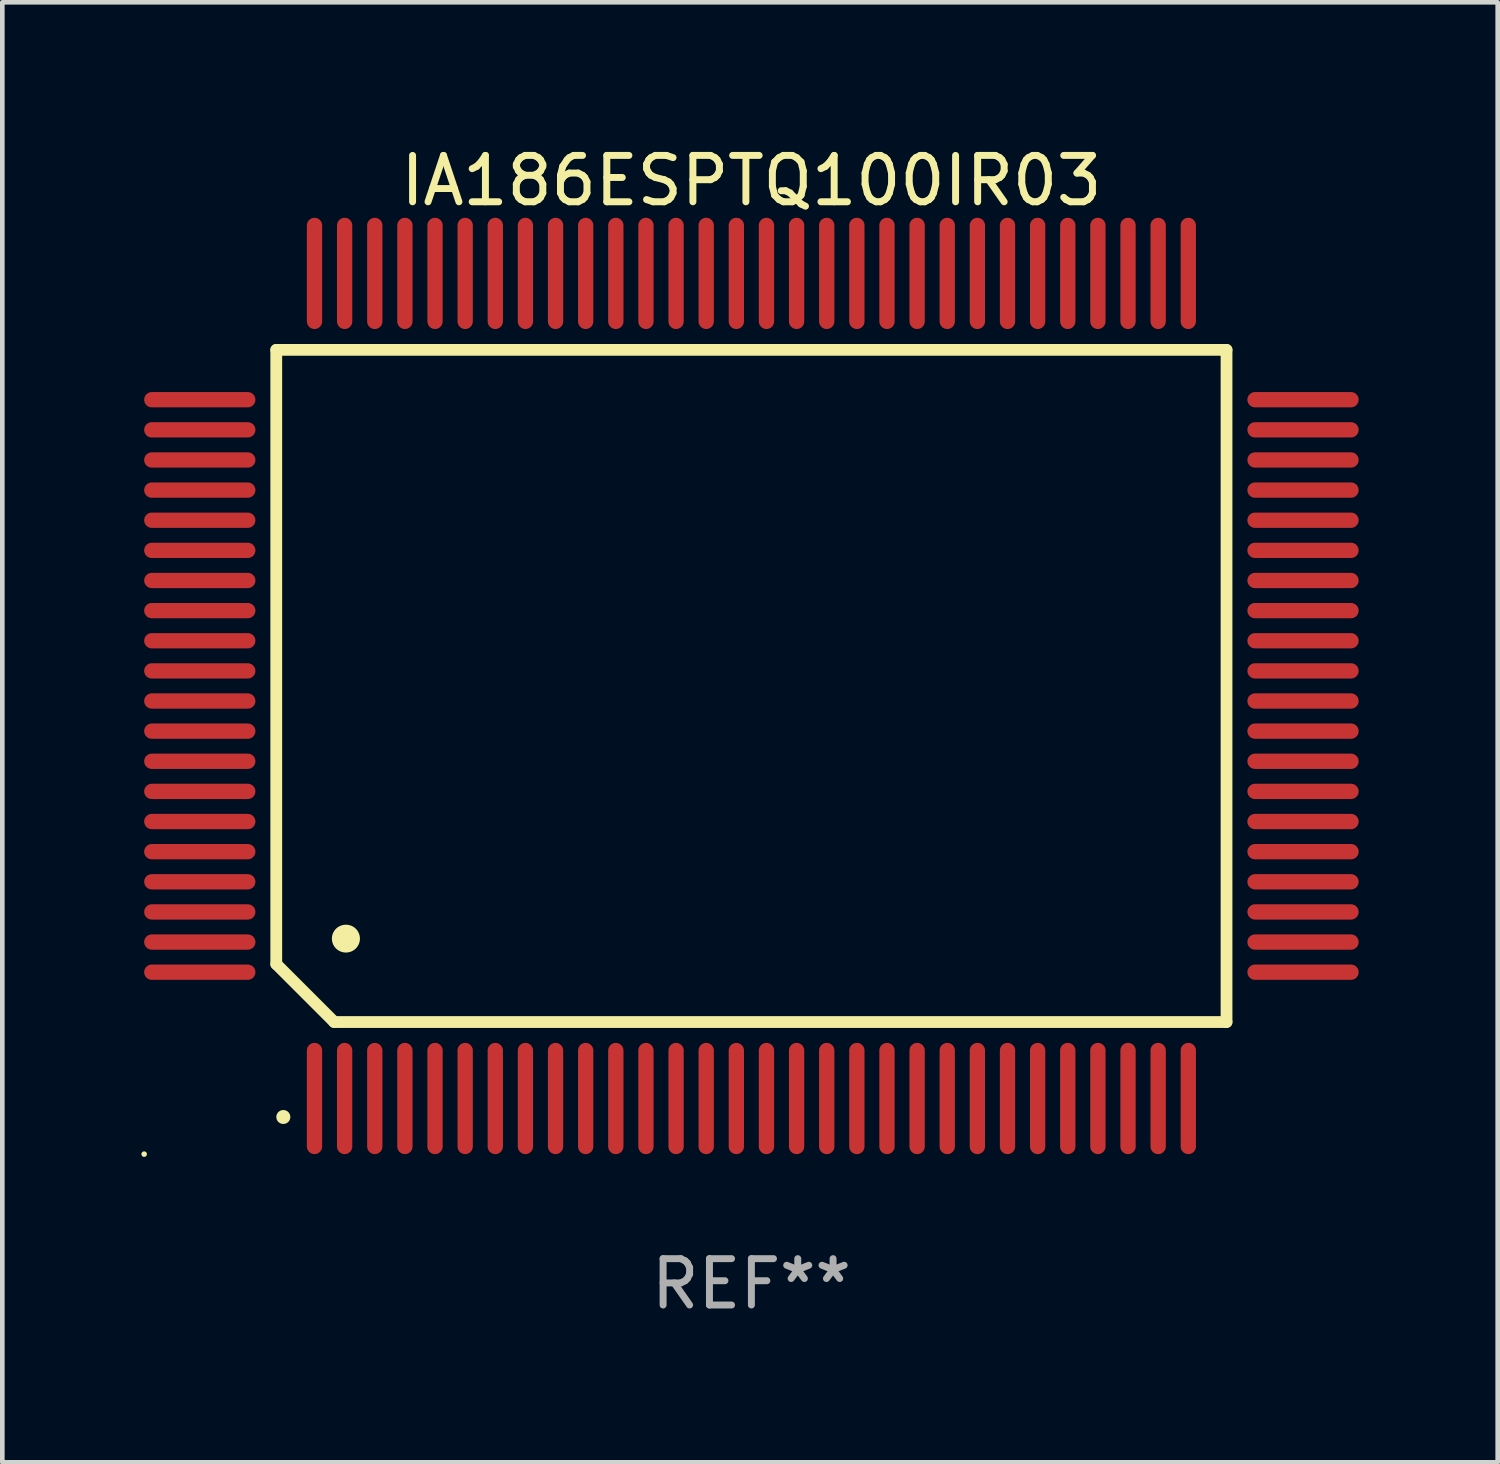
<source format=kicad_pcb>
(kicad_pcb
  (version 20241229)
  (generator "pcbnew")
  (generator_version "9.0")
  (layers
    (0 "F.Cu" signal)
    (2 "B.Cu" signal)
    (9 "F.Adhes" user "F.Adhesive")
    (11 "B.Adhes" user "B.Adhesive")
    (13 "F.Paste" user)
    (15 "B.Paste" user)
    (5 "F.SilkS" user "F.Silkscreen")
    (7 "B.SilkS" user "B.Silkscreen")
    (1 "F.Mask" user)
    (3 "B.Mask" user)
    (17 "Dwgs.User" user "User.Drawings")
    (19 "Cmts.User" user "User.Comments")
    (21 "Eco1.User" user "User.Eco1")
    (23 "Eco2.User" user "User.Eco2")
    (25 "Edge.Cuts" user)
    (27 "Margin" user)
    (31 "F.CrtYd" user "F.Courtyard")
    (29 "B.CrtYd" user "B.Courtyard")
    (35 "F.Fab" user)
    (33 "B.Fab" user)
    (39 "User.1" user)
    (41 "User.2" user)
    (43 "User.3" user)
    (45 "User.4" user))
  (footprint "IA186ESPTQ100IR03"
    (layer "F.Cu")
    (at 13.16 11.748)
    (property "Reference" "IA186ESPTQ100IR03" (at 0 -10.9 0) (layer "F.SilkS") (effects (font (size 1 1) (thickness 0.15))))
    (attr through_hole)
    (fp_line (start -10.25 -7.25) (end 10.25 -7.25) (stroke (width 0.254) (type solid)) (layer "F.SilkS"))
    (fp_line (start -10.25 6) (end -10.25 -7.25) (stroke (width 0.254) (type solid)) (layer "F.SilkS"))
    (fp_line (start -9 7.25) (end -10.25 6) (stroke (width 0.254) (type solid)) (layer "F.SilkS"))
    (fp_line (start 10.25 -7.25) (end 10.25 7.25) (stroke (width 0.254) (type solid)) (layer "F.SilkS"))
    (fp_line (start 10.25 7.25) (end -9 7.25) (stroke (width 0.254) (type solid)) (layer "F.SilkS"))
    (fp_arc (start -10.09906 9.298959) (mid -10.09779 9.298954) (end -10.09652 9.298959) (stroke (width 0.3) (type solid)) (layer "F.SilkS"))
    (fp_arc (start -8.750318 5.450851) (mid -8.747778 5.45084) (end -8.745238 5.450851) (stroke (width 0.6) (type solid)) (layer "F.SilkS"))
    (fp_circle (center -13.1 10.1) (end -13.07 10.1) (stroke (width 0.06) (type solid)) (fill no) (layer "F.SilkS"))
    (fp_text user "REF**" (at 0 12.9 0) (layer "F.Fab") (effects (font (size 1 1) (thickness 0.15))))
    (pad "1" smd oval (at -9.425 8.9 180) (size 0.33 2.4) (layers "F.Cu" "F.Mask" "F.Paste"))
    (pad "2" smd oval (at -8.775 8.9 180) (size 0.33 2.4) (layers "F.Cu" "F.Mask" "F.Paste"))
    (pad "3" smd oval (at -8.125 8.9 180) (size 0.33 2.4) (layers "F.Cu" "F.Mask" "F.Paste"))
    (pad "4" smd oval (at -7.475 8.9 180) (size 0.33 2.4) (layers "F.Cu" "F.Mask" "F.Paste"))
    (pad "5" smd oval (at -6.825 8.9 180) (size 0.33 2.4) (layers "F.Cu" "F.Mask" "F.Paste"))
    (pad "6" smd oval (at -6.175 8.9 180) (size 0.33 2.4) (layers "F.Cu" "F.Mask" "F.Paste"))
    (pad "7" smd oval (at -5.525 8.9 180) (size 0.33 2.4) (layers "F.Cu" "F.Mask" "F.Paste"))
    (pad "8" smd oval (at -4.875 8.9 180) (size 0.33 2.4) (layers "F.Cu" "F.Mask" "F.Paste"))
    (pad "9" smd oval (at -4.225 8.9 180) (size 0.33 2.4) (layers "F.Cu" "F.Mask" "F.Paste"))
    (pad "10" smd oval (at -3.575 8.9 180) (size 0.33 2.4) (layers "F.Cu" "F.Mask" "F.Paste"))
    (pad "11" smd oval (at -2.925 8.9 180) (size 0.33 2.4) (layers "F.Cu" "F.Mask" "F.Paste"))
    (pad "12" smd oval (at -2.275 8.9 180) (size 0.33 2.4) (layers "F.Cu" "F.Mask" "F.Paste"))
    (pad "13" smd oval (at -1.625 8.9 180) (size 0.33 2.4) (layers "F.Cu" "F.Mask" "F.Paste"))
    (pad "14" smd oval (at -0.975 8.9 180) (size 0.33 2.4) (layers "F.Cu" "F.Mask" "F.Paste"))
    (pad "15" smd oval (at -0.325 8.9 180) (size 0.33 2.4) (layers "F.Cu" "F.Mask" "F.Paste"))
    (pad "16" smd oval (at 0.325 8.9 180) (size 0.33 2.4) (layers "F.Cu" "F.Mask" "F.Paste"))
    (pad "17" smd oval (at 0.975 8.9 180) (size 0.33 2.4) (layers "F.Cu" "F.Mask" "F.Paste"))
    (pad "18" smd oval (at 1.625 8.9 180) (size 0.33 2.4) (layers "F.Cu" "F.Mask" "F.Paste"))
    (pad "19" smd oval (at 2.275 8.9 180) (size 0.33 2.4) (layers "F.Cu" "F.Mask" "F.Paste"))
    (pad "20" smd oval (at 2.925 8.9 180) (size 0.33 2.4) (layers "F.Cu" "F.Mask" "F.Paste"))
    (pad "21" smd oval (at 3.575 8.9 180) (size 0.33 2.4) (layers "F.Cu" "F.Mask" "F.Paste"))
    (pad "22" smd oval (at 4.225 8.9 180) (size 0.33 2.4) (layers "F.Cu" "F.Mask" "F.Paste"))
    (pad "23" smd oval (at 4.875 8.9 180) (size 0.33 2.4) (layers "F.Cu" "F.Mask" "F.Paste"))
    (pad "24" smd oval (at 5.525 8.9 180) (size 0.33 2.4) (layers "F.Cu" "F.Mask" "F.Paste"))
    (pad "25" smd oval (at 6.175 8.9 180) (size 0.33 2.4) (layers "F.Cu" "F.Mask" "F.Paste"))
    (pad "26" smd oval (at 6.825 8.9 180) (size 0.33 2.4) (layers "F.Cu" "F.Mask" "F.Paste"))
    (pad "27" smd oval (at 7.475 8.9 180) (size 0.33 2.4) (layers "F.Cu" "F.Mask" "F.Paste"))
    (pad "28" smd oval (at 8.125 8.9 180) (size 0.33 2.4) (layers "F.Cu" "F.Mask" "F.Paste"))
    (pad "29" smd oval (at 8.775 8.9 180) (size 0.33 2.4) (layers "F.Cu" "F.Mask" "F.Paste"))
    (pad "30" smd oval (at 9.425 8.9 180) (size 0.33 2.4) (layers "F.Cu" "F.Mask" "F.Paste"))
    (pad "31" smd oval (at 11.9 6.175 270) (size 0.33 2.4) (layers "F.Cu" "F.Mask" "F.Paste"))
    (pad "32" smd oval (at 11.9 5.525 270) (size 0.33 2.4) (layers "F.Cu" "F.Mask" "F.Paste"))
    (pad "33" smd oval (at 11.9 4.875 270) (size 0.33 2.4) (layers "F.Cu" "F.Mask" "F.Paste"))
    (pad "34" smd oval (at 11.9 4.225 270) (size 0.33 2.4) (layers "F.Cu" "F.Mask" "F.Paste"))
    (pad "35" smd oval (at 11.9 3.575 270) (size 0.33 2.4) (layers "F.Cu" "F.Mask" "F.Paste"))
    (pad "36" smd oval (at 11.9 2.925 270) (size 0.33 2.4) (layers "F.Cu" "F.Mask" "F.Paste"))
    (pad "37" smd oval (at 11.9 2.275 270) (size 0.33 2.4) (layers "F.Cu" "F.Mask" "F.Paste"))
    (pad "38" smd oval (at 11.9 1.625 270) (size 0.33 2.4) (layers "F.Cu" "F.Mask" "F.Paste"))
    (pad "39" smd oval (at 11.9 0.975 270) (size 0.33 2.4) (layers "F.Cu" "F.Mask" "F.Paste"))
    (pad "40" smd oval (at 11.9 0.325 270) (size 0.33 2.4) (layers "F.Cu" "F.Mask" "F.Paste"))
    (pad "41" smd oval (at 11.9 -0.325 270) (size 0.33 2.4) (layers "F.Cu" "F.Mask" "F.Paste"))
    (pad "42" smd oval (at 11.9 -0.975 270) (size 0.33 2.4) (layers "F.Cu" "F.Mask" "F.Paste"))
    (pad "43" smd oval (at 11.9 -1.625 270) (size 0.33 2.4) (layers "F.Cu" "F.Mask" "F.Paste"))
    (pad "44" smd oval (at 11.9 -2.275 270) (size 0.33 2.4) (layers "F.Cu" "F.Mask" "F.Paste"))
    (pad "45" smd oval (at 11.9 -2.925 270) (size 0.33 2.4) (layers "F.Cu" "F.Mask" "F.Paste"))
    (pad "46" smd oval (at 11.9 -3.575 270) (size 0.33 2.4) (layers "F.Cu" "F.Mask" "F.Paste"))
    (pad "47" smd oval (at 11.9 -4.225 270) (size 0.33 2.4) (layers "F.Cu" "F.Mask" "F.Paste"))
    (pad "48" smd oval (at 11.9 -4.875 270) (size 0.33 2.4) (layers "F.Cu" "F.Mask" "F.Paste"))
    (pad "49" smd oval (at 11.9 -5.525 270) (size 0.33 2.4) (layers "F.Cu" "F.Mask" "F.Paste"))
    (pad "50" smd oval (at 11.9 -6.175 270) (size 0.33 2.4) (layers "F.Cu" "F.Mask" "F.Paste"))
    (pad "51" smd oval (at 9.425 -8.9) (size 0.33 2.4) (layers "F.Cu" "F.Mask" "F.Paste"))
    (pad "52" smd oval (at 8.775 -8.9) (size 0.33 2.4) (layers "F.Cu" "F.Mask" "F.Paste"))
    (pad "53" smd oval (at 8.125 -8.9) (size 0.33 2.4) (layers "F.Cu" "F.Mask" "F.Paste"))
    (pad "54" smd oval (at 7.475 -8.9) (size 0.33 2.4) (layers "F.Cu" "F.Mask" "F.Paste"))
    (pad "55" smd oval (at 6.825 -8.9) (size 0.33 2.4) (layers "F.Cu" "F.Mask" "F.Paste"))
    (pad "56" smd oval (at 6.175 -8.9) (size 0.33 2.4) (layers "F.Cu" "F.Mask" "F.Paste"))
    (pad "57" smd oval (at 5.525 -8.9) (size 0.33 2.4) (layers "F.Cu" "F.Mask" "F.Paste"))
    (pad "58" smd oval (at 4.875 -8.9) (size 0.33 2.4) (layers "F.Cu" "F.Mask" "F.Paste"))
    (pad "59" smd oval (at 4.225 -8.9) (size 0.33 2.4) (layers "F.Cu" "F.Mask" "F.Paste"))
    (pad "60" smd oval (at 3.575 -8.9) (size 0.33 2.4) (layers "F.Cu" "F.Mask" "F.Paste"))
    (pad "61" smd oval (at 2.925 -8.9) (size 0.33 2.4) (layers "F.Cu" "F.Mask" "F.Paste"))
    (pad "62" smd oval (at 2.275 -8.9) (size 0.33 2.4) (layers "F.Cu" "F.Mask" "F.Paste"))
    (pad "63" smd oval (at 1.625 -8.9) (size 0.33 2.4) (layers "F.Cu" "F.Mask" "F.Paste"))
    (pad "64" smd oval (at 0.975 -8.9) (size 0.33 2.4) (layers "F.Cu" "F.Mask" "F.Paste"))
    (pad "65" smd oval (at 0.325 -8.9) (size 0.33 2.4) (layers "F.Cu" "F.Mask" "F.Paste"))
    (pad "66" smd oval (at -0.325 -8.9) (size 0.33 2.4) (layers "F.Cu" "F.Mask" "F.Paste"))
    (pad "67" smd oval (at -0.975 -8.9) (size 0.33 2.4) (layers "F.Cu" "F.Mask" "F.Paste"))
    (pad "68" smd oval (at -1.625 -8.9) (size 0.33 2.4) (layers "F.Cu" "F.Mask" "F.Paste"))
    (pad "69" smd oval (at -2.275 -8.9) (size 0.33 2.4) (layers "F.Cu" "F.Mask" "F.Paste"))
    (pad "70" smd oval (at -2.925 -8.9) (size 0.33 2.4) (layers "F.Cu" "F.Mask" "F.Paste"))
    (pad "71" smd oval (at -3.575 -8.9) (size 0.33 2.4) (layers "F.Cu" "F.Mask" "F.Paste"))
    (pad "72" smd oval (at -4.225 -8.9) (size 0.33 2.4) (layers "F.Cu" "F.Mask" "F.Paste"))
    (pad "73" smd oval (at -4.875 -8.9) (size 0.33 2.4) (layers "F.Cu" "F.Mask" "F.Paste"))
    (pad "74" smd oval (at -5.525 -8.9) (size 0.33 2.4) (layers "F.Cu" "F.Mask" "F.Paste"))
    (pad "75" smd oval (at -6.175 -8.9) (size 0.33 2.4) (layers "F.Cu" "F.Mask" "F.Paste"))
    (pad "76" smd oval (at -6.825 -8.9) (size 0.33 2.4) (layers "F.Cu" "F.Mask" "F.Paste"))
    (pad "77" smd oval (at -7.475 -8.9) (size 0.33 2.4) (layers "F.Cu" "F.Mask" "F.Paste"))
    (pad "78" smd oval (at -8.125 -8.9) (size 0.33 2.4) (layers "F.Cu" "F.Mask" "F.Paste"))
    (pad "79" smd oval (at -8.775 -8.9) (size 0.33 2.4) (layers "F.Cu" "F.Mask" "F.Paste"))
    (pad "80" smd oval (at -9.425 -8.9) (size 0.33 2.4) (layers "F.Cu" "F.Mask" "F.Paste"))
    (pad "81" smd oval (at -11.9 -6.175 90) (size 0.33 2.4) (layers "F.Cu" "F.Mask" "F.Paste"))
    (pad "82" smd oval (at -11.9 -5.525 90) (size 0.33 2.4) (layers "F.Cu" "F.Mask" "F.Paste"))
    (pad "83" smd oval (at -11.9 -4.875 90) (size 0.33 2.4) (layers "F.Cu" "F.Mask" "F.Paste"))
    (pad "84" smd oval (at -11.9 -4.225 90) (size 0.33 2.4) (layers "F.Cu" "F.Mask" "F.Paste"))
    (pad "85" smd oval (at -11.9 -3.575 90) (size 0.33 2.4) (layers "F.Cu" "F.Mask" "F.Paste"))
    (pad "86" smd oval (at -11.9 -2.925 90) (size 0.33 2.4) (layers "F.Cu" "F.Mask" "F.Paste"))
    (pad "87" smd oval (at -11.9 -2.275 90) (size 0.33 2.4) (layers "F.Cu" "F.Mask" "F.Paste"))
    (pad "88" smd oval (at -11.9 -1.625 90) (size 0.33 2.4) (layers "F.Cu" "F.Mask" "F.Paste"))
    (pad "89" smd oval (at -11.9 -0.975 90) (size 0.33 2.4) (layers "F.Cu" "F.Mask" "F.Paste"))
    (pad "90" smd oval (at -11.9 -0.325 90) (size 0.33 2.4) (layers "F.Cu" "F.Mask" "F.Paste"))
    (pad "91" smd oval (at -11.9 0.325 90) (size 0.33 2.4) (layers "F.Cu" "F.Mask" "F.Paste"))
    (pad "92" smd oval (at -11.9 0.975 90) (size 0.33 2.4) (layers "F.Cu" "F.Mask" "F.Paste"))
    (pad "93" smd oval (at -11.9 1.625 90) (size 0.33 2.4) (layers "F.Cu" "F.Mask" "F.Paste"))
    (pad "94" smd oval (at -11.9 2.275 90) (size 0.33 2.4) (layers "F.Cu" "F.Mask" "F.Paste"))
    (pad "95" smd oval (at -11.9 2.925 90) (size 0.33 2.4) (layers "F.Cu" "F.Mask" "F.Paste"))
    (pad "96" smd oval (at -11.9 3.575 90) (size 0.33 2.4) (layers "F.Cu" "F.Mask" "F.Paste"))
    (pad "97" smd oval (at -11.9 4.225 90) (size 0.33 2.4) (layers "F.Cu" "F.Mask" "F.Paste"))
    (pad "98" smd oval (at -11.9 4.875 90) (size 0.33 2.4) (layers "F.Cu" "F.Mask" "F.Paste"))
    (pad "99" smd oval (at -11.9 5.525 90) (size 0.33 2.4) (layers "F.Cu" "F.Mask" "F.Paste"))
    (pad "100" smd oval (at -11.9 6.175 90) (size 0.33 2.4) (layers "F.Cu" "F.Mask" "F.Paste")))
  (gr_rect
    (start -3 -3)
    (end 29.26 28.496)
    (stroke (width 0.1) (type default))
    (fill no)
    (layer "Edge.Cuts")))
</source>
